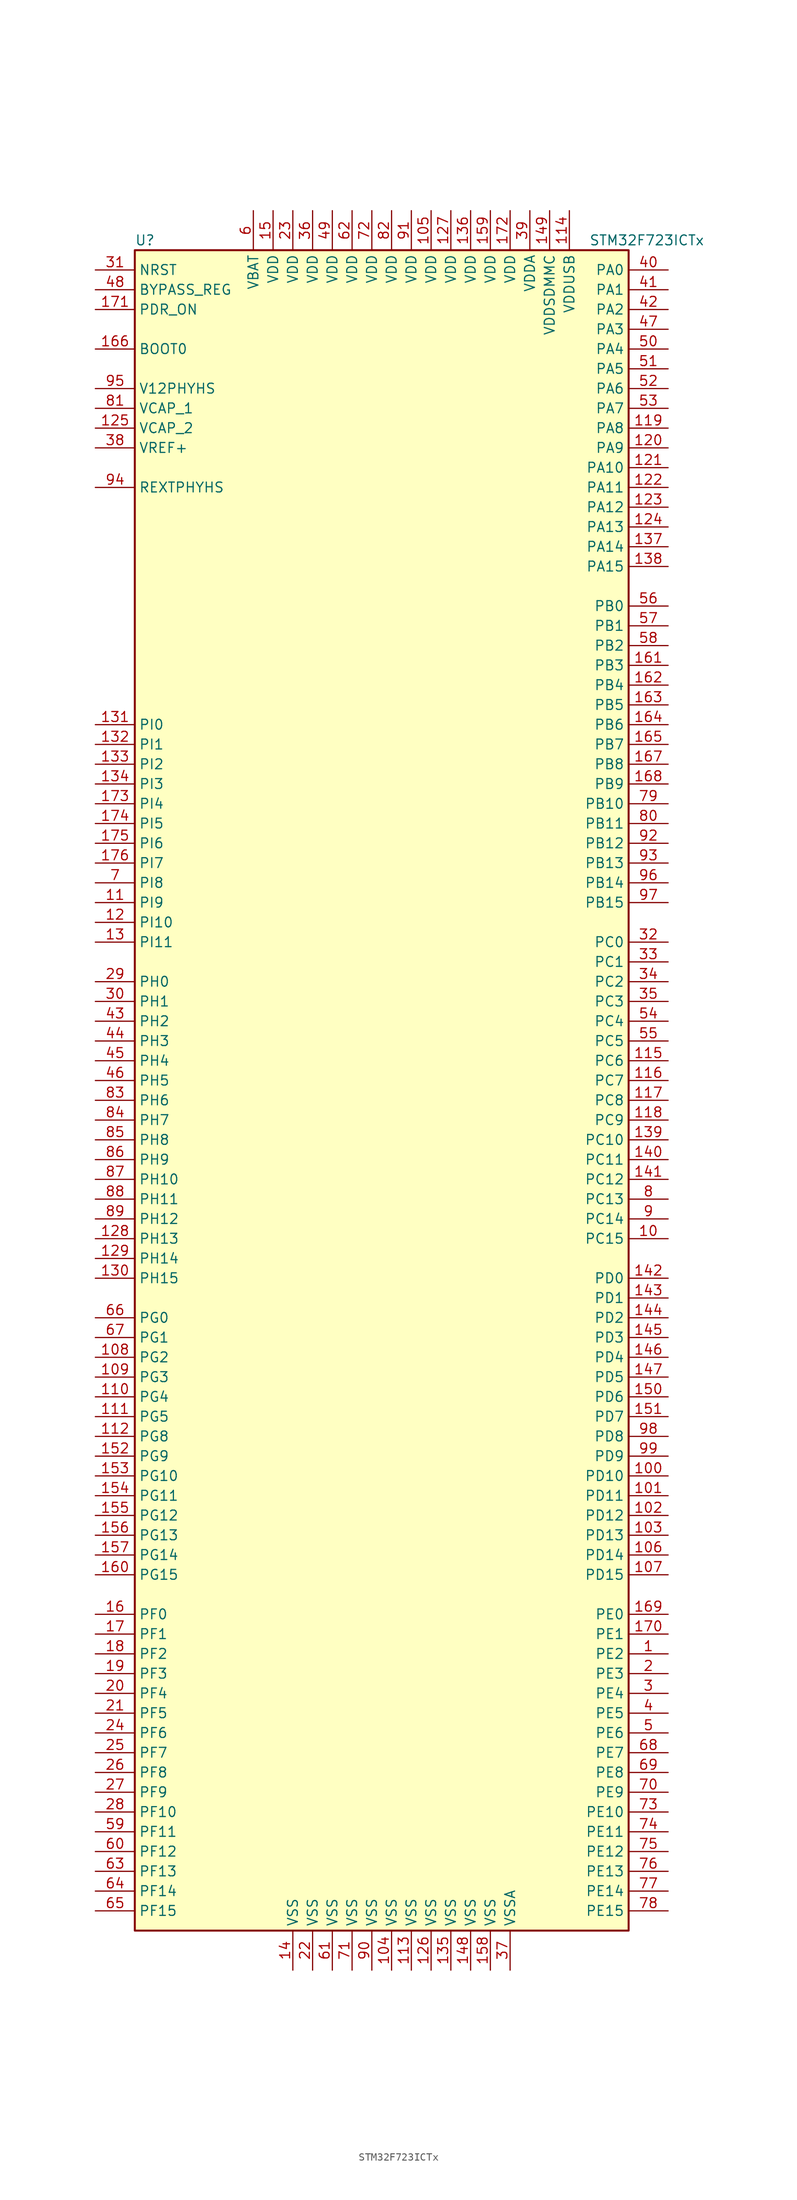
<source format=kicad_sym>
(kicad_symbol_lib
  (version 20201005)
  (generator kicad_symbol_editor)
  (symbol "STM32F723ICTx"
    (property "Reference" "U"
      (at -33.02 107.95 0)
      (effects (font (size 1.27 1.27)) (justify left)))
    (property "Value" "STM32F723ICTx"
      (at 25.4 107.95 0)
      (effects (font (size 1.27 1.27)) (justify left)))
    (symbol "STM32F723ICTx_0_1"
      (rectangle (start -33.02 -109.22) (end 30.48 106.68) (stroke (width 0.254)) (fill (type background))))
    (symbol "STM32F723ICTx_1_1"
      (pin bidirectional line (at 35.56 -73.66 180) (length 5.08) (name "PE2" (effects (font (size 1.27 1.27)))) (number "1" (effects (font (size 1.27 1.27)))))
      (pin bidirectional line (at 35.56 -20.32 180) (length 5.08) (name "PC15" (effects (font (size 1.27 1.27)))) (number "10" (effects (font (size 1.27 1.27)))))
      (pin bidirectional line (at 35.56 -50.8 180) (length 5.08) (name "PD10" (effects (font (size 1.27 1.27)))) (number "100" (effects (font (size 1.27 1.27)))))
      (pin bidirectional line (at 35.56 -53.34 180) (length 5.08) (name "PD11" (effects (font (size 1.27 1.27)))) (number "101" (effects (font (size 1.27 1.27)))))
      (pin bidirectional line (at 35.56 -55.88 180) (length 5.08) (name "PD12" (effects (font (size 1.27 1.27)))) (number "102" (effects (font (size 1.27 1.27)))))
      (pin bidirectional line (at 35.56 -58.42 180) (length 5.08) (name "PD13" (effects (font (size 1.27 1.27)))) (number "103" (effects (font (size 1.27 1.27)))))
      (pin power_in line (at 0 -114.3 90) (length 5.08) (name "VSS" (effects (font (size 1.27 1.27)))) (number "104" (effects (font (size 1.27 1.27)))))
      (pin power_in line (at 5.08 111.76 270) (length 5.08) (name "VDD" (effects (font (size 1.27 1.27)))) (number "105" (effects (font (size 1.27 1.27)))))
      (pin bidirectional line (at 35.56 -60.96 180) (length 5.08) (name "PD14" (effects (font (size 1.27 1.27)))) (number "106" (effects (font (size 1.27 1.27)))))
      (pin bidirectional line (at 35.56 -63.5 180) (length 5.08) (name "PD15" (effects (font (size 1.27 1.27)))) (number "107" (effects (font (size 1.27 1.27)))))
      (pin bidirectional line (at -38.1 -35.56 0) (length 5.08) (name "PG2" (effects (font (size 1.27 1.27)))) (number "108" (effects (font (size 1.27 1.27)))))
      (pin bidirectional line (at -38.1 -38.1 0) (length 5.08) (name "PG3" (effects (font (size 1.27 1.27)))) (number "109" (effects (font (size 1.27 1.27)))))
      (pin bidirectional line (at -38.1 22.86 0) (length 5.08) (name "PI9" (effects (font (size 1.27 1.27)))) (number "11" (effects (font (size 1.27 1.27)))))
      (pin bidirectional line (at -38.1 -40.64 0) (length 5.08) (name "PG4" (effects (font (size 1.27 1.27)))) (number "110" (effects (font (size 1.27 1.27)))))
      (pin bidirectional line (at -38.1 -43.18 0) (length 5.08) (name "PG5" (effects (font (size 1.27 1.27)))) (number "111" (effects (font (size 1.27 1.27)))))
      (pin bidirectional line (at -38.1 -45.72 0) (length 5.08) (name "PG8" (effects (font (size 1.27 1.27)))) (number "112" (effects (font (size 1.27 1.27)))))
      (pin power_in line (at 2.54 -114.3 90) (length 5.08) (name "VSS" (effects (font (size 1.27 1.27)))) (number "113" (effects (font (size 1.27 1.27)))))
      (pin power_in line (at 22.86 111.76 270) (length 5.08) (name "VDDUSB" (effects (font (size 1.27 1.27)))) (number "114" (effects (font (size 1.27 1.27)))))
      (pin bidirectional line (at 35.56 2.54 180) (length 5.08) (name "PC6" (effects (font (size 1.27 1.27)))) (number "115" (effects (font (size 1.27 1.27)))))
      (pin bidirectional line (at 35.56 0 180) (length 5.08) (name "PC7" (effects (font (size 1.27 1.27)))) (number "116" (effects (font (size 1.27 1.27)))))
      (pin bidirectional line (at 35.56 -2.54 180) (length 5.08) (name "PC8" (effects (font (size 1.27 1.27)))) (number "117" (effects (font (size 1.27 1.27)))))
      (pin bidirectional line (at 35.56 -5.08 180) (length 5.08) (name "PC9" (effects (font (size 1.27 1.27)))) (number "118" (effects (font (size 1.27 1.27)))))
      (pin bidirectional line (at 35.56 83.82 180) (length 5.08) (name "PA8" (effects (font (size 1.27 1.27)))) (number "119" (effects (font (size 1.27 1.27)))))
      (pin bidirectional line (at -38.1 20.32 0) (length 5.08) (name "PI10" (effects (font (size 1.27 1.27)))) (number "12" (effects (font (size 1.27 1.27)))))
      (pin bidirectional line (at 35.56 81.28 180) (length 5.08) (name "PA9" (effects (font (size 1.27 1.27)))) (number "120" (effects (font (size 1.27 1.27)))))
      (pin bidirectional line (at 35.56 78.74 180) (length 5.08) (name "PA10" (effects (font (size 1.27 1.27)))) (number "121" (effects (font (size 1.27 1.27)))))
      (pin bidirectional line (at 35.56 76.2 180) (length 5.08) (name "PA11" (effects (font (size 1.27 1.27)))) (number "122" (effects (font (size 1.27 1.27)))))
      (pin bidirectional line (at 35.56 73.66 180) (length 5.08) (name "PA12" (effects (font (size 1.27 1.27)))) (number "123" (effects (font (size 1.27 1.27)))))
      (pin bidirectional line (at 35.56 71.12 180) (length 5.08) (name "PA13" (effects (font (size 1.27 1.27)))) (number "124" (effects (font (size 1.27 1.27)))))
      (pin power_in line (at -38.1 83.82 0) (length 5.08) (name "VCAP_2" (effects (font (size 1.27 1.27)))) (number "125" (effects (font (size 1.27 1.27)))))
      (pin power_in line (at 5.08 -114.3 90) (length 5.08) (name "VSS" (effects (font (size 1.27 1.27)))) (number "126" (effects (font (size 1.27 1.27)))))
      (pin power_in line (at 7.62 111.76 270) (length 5.08) (name "VDD" (effects (font (size 1.27 1.27)))) (number "127" (effects (font (size 1.27 1.27)))))
      (pin bidirectional line (at -38.1 -20.32 0) (length 5.08) (name "PH13" (effects (font (size 1.27 1.27)))) (number "128" (effects (font (size 1.27 1.27)))))
      (pin bidirectional line (at -38.1 -22.86 0) (length 5.08) (name "PH14" (effects (font (size 1.27 1.27)))) (number "129" (effects (font (size 1.27 1.27)))))
      (pin bidirectional line (at -38.1 17.78 0) (length 5.08) (name "PI11" (effects (font (size 1.27 1.27)))) (number "13" (effects (font (size 1.27 1.27)))))
      (pin bidirectional line (at -38.1 -25.4 0) (length 5.08) (name "PH15" (effects (font (size 1.27 1.27)))) (number "130" (effects (font (size 1.27 1.27)))))
      (pin bidirectional line (at -38.1 45.72 0) (length 5.08) (name "PI0" (effects (font (size 1.27 1.27)))) (number "131" (effects (font (size 1.27 1.27)))))
      (pin bidirectional line (at -38.1 43.18 0) (length 5.08) (name "PI1" (effects (font (size 1.27 1.27)))) (number "132" (effects (font (size 1.27 1.27)))))
      (pin bidirectional line (at -38.1 40.64 0) (length 5.08) (name "PI2" (effects (font (size 1.27 1.27)))) (number "133" (effects (font (size 1.27 1.27)))))
      (pin bidirectional line (at -38.1 38.1 0) (length 5.08) (name "PI3" (effects (font (size 1.27 1.27)))) (number "134" (effects (font (size 1.27 1.27)))))
      (pin power_in line (at 7.62 -114.3 90) (length 5.08) (name "VSS" (effects (font (size 1.27 1.27)))) (number "135" (effects (font (size 1.27 1.27)))))
      (pin power_in line (at 10.16 111.76 270) (length 5.08) (name "VDD" (effects (font (size 1.27 1.27)))) (number "136" (effects (font (size 1.27 1.27)))))
      (pin bidirectional line (at 35.56 68.58 180) (length 5.08) (name "PA14" (effects (font (size 1.27 1.27)))) (number "137" (effects (font (size 1.27 1.27)))))
      (pin bidirectional line (at 35.56 66.04 180) (length 5.08) (name "PA15" (effects (font (size 1.27 1.27)))) (number "138" (effects (font (size 1.27 1.27)))))
      (pin bidirectional line (at 35.56 -7.62 180) (length 5.08) (name "PC10" (effects (font (size 1.27 1.27)))) (number "139" (effects (font (size 1.27 1.27)))))
      (pin power_in line (at -12.7 -114.3 90) (length 5.08) (name "VSS" (effects (font (size 1.27 1.27)))) (number "14" (effects (font (size 1.27 1.27)))))
      (pin bidirectional line (at 35.56 -10.16 180) (length 5.08) (name "PC11" (effects (font (size 1.27 1.27)))) (number "140" (effects (font (size 1.27 1.27)))))
      (pin bidirectional line (at 35.56 -12.7 180) (length 5.08) (name "PC12" (effects (font (size 1.27 1.27)))) (number "141" (effects (font (size 1.27 1.27)))))
      (pin bidirectional line (at 35.56 -25.4 180) (length 5.08) (name "PD0" (effects (font (size 1.27 1.27)))) (number "142" (effects (font (size 1.27 1.27)))))
      (pin bidirectional line (at 35.56 -27.94 180) (length 5.08) (name "PD1" (effects (font (size 1.27 1.27)))) (number "143" (effects (font (size 1.27 1.27)))))
      (pin bidirectional line (at 35.56 -30.48 180) (length 5.08) (name "PD2" (effects (font (size 1.27 1.27)))) (number "144" (effects (font (size 1.27 1.27)))))
      (pin bidirectional line (at 35.56 -33.02 180) (length 5.08) (name "PD3" (effects (font (size 1.27 1.27)))) (number "145" (effects (font (size 1.27 1.27)))))
      (pin bidirectional line (at 35.56 -35.56 180) (length 5.08) (name "PD4" (effects (font (size 1.27 1.27)))) (number "146" (effects (font (size 1.27 1.27)))))
      (pin bidirectional line (at 35.56 -38.1 180) (length 5.08) (name "PD5" (effects (font (size 1.27 1.27)))) (number "147" (effects (font (size 1.27 1.27)))))
      (pin power_in line (at 10.16 -114.3 90) (length 5.08) (name "VSS" (effects (font (size 1.27 1.27)))) (number "148" (effects (font (size 1.27 1.27)))))
      (pin power_in line (at 20.32 111.76 270) (length 5.08) (name "VDDSDMMC" (effects (font (size 1.27 1.27)))) (number "149" (effects (font (size 1.27 1.27)))))
      (pin power_in line (at -15.24 111.76 270) (length 5.08) (name "VDD" (effects (font (size 1.27 1.27)))) (number "15" (effects (font (size 1.27 1.27)))))
      (pin bidirectional line (at 35.56 -40.64 180) (length 5.08) (name "PD6" (effects (font (size 1.27 1.27)))) (number "150" (effects (font (size 1.27 1.27)))))
      (pin bidirectional line (at 35.56 -43.18 180) (length 5.08) (name "PD7" (effects (font (size 1.27 1.27)))) (number "151" (effects (font (size 1.27 1.27)))))
      (pin bidirectional line (at -38.1 -48.26 0) (length 5.08) (name "PG9" (effects (font (size 1.27 1.27)))) (number "152" (effects (font (size 1.27 1.27)))))
      (pin bidirectional line (at -38.1 -50.8 0) (length 5.08) (name "PG10" (effects (font (size 1.27 1.27)))) (number "153" (effects (font (size 1.27 1.27)))))
      (pin bidirectional line (at -38.1 -53.34 0) (length 5.08) (name "PG11" (effects (font (size 1.27 1.27)))) (number "154" (effects (font (size 1.27 1.27)))))
      (pin bidirectional line (at -38.1 -55.88 0) (length 5.08) (name "PG12" (effects (font (size 1.27 1.27)))) (number "155" (effects (font (size 1.27 1.27)))))
      (pin bidirectional line (at -38.1 -58.42 0) (length 5.08) (name "PG13" (effects (font (size 1.27 1.27)))) (number "156" (effects (font (size 1.27 1.27)))))
      (pin bidirectional line (at -38.1 -60.96 0) (length 5.08) (name "PG14" (effects (font (size 1.27 1.27)))) (number "157" (effects (font (size 1.27 1.27)))))
      (pin power_in line (at 12.7 -114.3 90) (length 5.08) (name "VSS" (effects (font (size 1.27 1.27)))) (number "158" (effects (font (size 1.27 1.27)))))
      (pin power_in line (at 12.7 111.76 270) (length 5.08) (name "VDD" (effects (font (size 1.27 1.27)))) (number "159" (effects (font (size 1.27 1.27)))))
      (pin bidirectional line (at -38.1 -68.58 0) (length 5.08) (name "PF0" (effects (font (size 1.27 1.27)))) (number "16" (effects (font (size 1.27 1.27)))))
      (pin bidirectional line (at -38.1 -63.5 0) (length 5.08) (name "PG15" (effects (font (size 1.27 1.27)))) (number "160" (effects (font (size 1.27 1.27)))))
      (pin bidirectional line (at 35.56 53.34 180) (length 5.08) (name "PB3" (effects (font (size 1.27 1.27)))) (number "161" (effects (font (size 1.27 1.27)))))
      (pin bidirectional line (at 35.56 50.8 180) (length 5.08) (name "PB4" (effects (font (size 1.27 1.27)))) (number "162" (effects (font (size 1.27 1.27)))))
      (pin bidirectional line (at 35.56 48.26 180) (length 5.08) (name "PB5" (effects (font (size 1.27 1.27)))) (number "163" (effects (font (size 1.27 1.27)))))
      (pin bidirectional line (at 35.56 45.72 180) (length 5.08) (name "PB6" (effects (font (size 1.27 1.27)))) (number "164" (effects (font (size 1.27 1.27)))))
      (pin bidirectional line (at 35.56 43.18 180) (length 5.08) (name "PB7" (effects (font (size 1.27 1.27)))) (number "165" (effects (font (size 1.27 1.27)))))
      (pin input line (at -38.1 93.98 0) (length 5.08) (name "BOOT0" (effects (font (size 1.27 1.27)))) (number "166" (effects (font (size 1.27 1.27)))))
      (pin bidirectional line (at 35.56 40.64 180) (length 5.08) (name "PB8" (effects (font (size 1.27 1.27)))) (number "167" (effects (font (size 1.27 1.27)))))
      (pin bidirectional line (at 35.56 38.1 180) (length 5.08) (name "PB9" (effects (font (size 1.27 1.27)))) (number "168" (effects (font (size 1.27 1.27)))))
      (pin bidirectional line (at 35.56 -68.58 180) (length 5.08) (name "PE0" (effects (font (size 1.27 1.27)))) (number "169" (effects (font (size 1.27 1.27)))))
      (pin bidirectional line (at -38.1 -71.12 0) (length 5.08) (name "PF1" (effects (font (size 1.27 1.27)))) (number "17" (effects (font (size 1.27 1.27)))))
      (pin bidirectional line (at 35.56 -71.12 180) (length 5.08) (name "PE1" (effects (font (size 1.27 1.27)))) (number "170" (effects (font (size 1.27 1.27)))))
      (pin input line (at -38.1 99.06 0) (length 5.08) (name "PDR_ON" (effects (font (size 1.27 1.27)))) (number "171" (effects (font (size 1.27 1.27)))))
      (pin power_in line (at 15.24 111.76 270) (length 5.08) (name "VDD" (effects (font (size 1.27 1.27)))) (number "172" (effects (font (size 1.27 1.27)))))
      (pin bidirectional line (at -38.1 35.56 0) (length 5.08) (name "PI4" (effects (font (size 1.27 1.27)))) (number "173" (effects (font (size 1.27 1.27)))))
      (pin bidirectional line (at -38.1 33.02 0) (length 5.08) (name "PI5" (effects (font (size 1.27 1.27)))) (number "174" (effects (font (size 1.27 1.27)))))
      (pin bidirectional line (at -38.1 30.48 0) (length 5.08) (name "PI6" (effects (font (size 1.27 1.27)))) (number "175" (effects (font (size 1.27 1.27)))))
      (pin bidirectional line (at -38.1 27.94 0) (length 5.08) (name "PI7" (effects (font (size 1.27 1.27)))) (number "176" (effects (font (size 1.27 1.27)))))
      (pin bidirectional line (at -38.1 -73.66 0) (length 5.08) (name "PF2" (effects (font (size 1.27 1.27)))) (number "18" (effects (font (size 1.27 1.27)))))
      (pin bidirectional line (at -38.1 -76.2 0) (length 5.08) (name "PF3" (effects (font (size 1.27 1.27)))) (number "19" (effects (font (size 1.27 1.27)))))
      (pin bidirectional line (at 35.56 -76.2 180) (length 5.08) (name "PE3" (effects (font (size 1.27 1.27)))) (number "2" (effects (font (size 1.27 1.27)))))
      (pin bidirectional line (at -38.1 -78.74 0) (length 5.08) (name "PF4" (effects (font (size 1.27 1.27)))) (number "20" (effects (font (size 1.27 1.27)))))
      (pin bidirectional line (at -38.1 -81.28 0) (length 5.08) (name "PF5" (effects (font (size 1.27 1.27)))) (number "21" (effects (font (size 1.27 1.27)))))
      (pin power_in line (at -10.16 -114.3 90) (length 5.08) (name "VSS" (effects (font (size 1.27 1.27)))) (number "22" (effects (font (size 1.27 1.27)))))
      (pin power_in line (at -12.7 111.76 270) (length 5.08) (name "VDD" (effects (font (size 1.27 1.27)))) (number "23" (effects (font (size 1.27 1.27)))))
      (pin bidirectional line (at -38.1 -83.82 0) (length 5.08) (name "PF6" (effects (font (size 1.27 1.27)))) (number "24" (effects (font (size 1.27 1.27)))))
      (pin bidirectional line (at -38.1 -86.36 0) (length 5.08) (name "PF7" (effects (font (size 1.27 1.27)))) (number "25" (effects (font (size 1.27 1.27)))))
      (pin bidirectional line (at -38.1 -88.9 0) (length 5.08) (name "PF8" (effects (font (size 1.27 1.27)))) (number "26" (effects (font (size 1.27 1.27)))))
      (pin bidirectional line (at -38.1 -91.44 0) (length 5.08) (name "PF9" (effects (font (size 1.27 1.27)))) (number "27" (effects (font (size 1.27 1.27)))))
      (pin bidirectional line (at -38.1 -93.98 0) (length 5.08) (name "PF10" (effects (font (size 1.27 1.27)))) (number "28" (effects (font (size 1.27 1.27)))))
      (pin input line (at -38.1 12.7 0) (length 5.08) (name "PH0" (effects (font (size 1.27 1.27)))) (number "29" (effects (font (size 1.27 1.27)))))
      (pin bidirectional line (at 35.56 -78.74 180) (length 5.08) (name "PE4" (effects (font (size 1.27 1.27)))) (number "3" (effects (font (size 1.27 1.27)))))
      (pin input line (at -38.1 10.16 0) (length 5.08) (name "PH1" (effects (font (size 1.27 1.27)))) (number "30" (effects (font (size 1.27 1.27)))))
      (pin input line (at -38.1 104.14 0) (length 5.08) (name "NRST" (effects (font (size 1.27 1.27)))) (number "31" (effects (font (size 1.27 1.27)))))
      (pin bidirectional line (at 35.56 17.78 180) (length 5.08) (name "PC0" (effects (font (size 1.27 1.27)))) (number "32" (effects (font (size 1.27 1.27)))))
      (pin bidirectional line (at 35.56 15.24 180) (length 5.08) (name "PC1" (effects (font (size 1.27 1.27)))) (number "33" (effects (font (size 1.27 1.27)))))
      (pin bidirectional line (at 35.56 12.7 180) (length 5.08) (name "PC2" (effects (font (size 1.27 1.27)))) (number "34" (effects (font (size 1.27 1.27)))))
      (pin bidirectional line (at 35.56 10.16 180) (length 5.08) (name "PC3" (effects (font (size 1.27 1.27)))) (number "35" (effects (font (size 1.27 1.27)))))
      (pin power_in line (at -10.16 111.76 270) (length 5.08) (name "VDD" (effects (font (size 1.27 1.27)))) (number "36" (effects (font (size 1.27 1.27)))))
      (pin power_in line (at 15.24 -114.3 90) (length 5.08) (name "VSSA" (effects (font (size 1.27 1.27)))) (number "37" (effects (font (size 1.27 1.27)))))
      (pin power_in line (at -38.1 81.28 0) (length 5.08) (name "VREF+" (effects (font (size 1.27 1.27)))) (number "38" (effects (font (size 1.27 1.27)))))
      (pin power_in line (at 17.78 111.76 270) (length 5.08) (name "VDDA" (effects (font (size 1.27 1.27)))) (number "39" (effects (font (size 1.27 1.27)))))
      (pin bidirectional line (at 35.56 -81.28 180) (length 5.08) (name "PE5" (effects (font (size 1.27 1.27)))) (number "4" (effects (font (size 1.27 1.27)))))
      (pin bidirectional line (at 35.56 104.14 180) (length 5.08) (name "PA0" (effects (font (size 1.27 1.27)))) (number "40" (effects (font (size 1.27 1.27)))))
      (pin bidirectional line (at 35.56 101.6 180) (length 5.08) (name "PA1" (effects (font (size 1.27 1.27)))) (number "41" (effects (font (size 1.27 1.27)))))
      (pin bidirectional line (at 35.56 99.06 180) (length 5.08) (name "PA2" (effects (font (size 1.27 1.27)))) (number "42" (effects (font (size 1.27 1.27)))))
      (pin bidirectional line (at -38.1 7.62 0) (length 5.08) (name "PH2" (effects (font (size 1.27 1.27)))) (number "43" (effects (font (size 1.27 1.27)))))
      (pin bidirectional line (at -38.1 5.08 0) (length 5.08) (name "PH3" (effects (font (size 1.27 1.27)))) (number "44" (effects (font (size 1.27 1.27)))))
      (pin bidirectional line (at -38.1 2.54 0) (length 5.08) (name "PH4" (effects (font (size 1.27 1.27)))) (number "45" (effects (font (size 1.27 1.27)))))
      (pin bidirectional line (at -38.1 0 0) (length 5.08) (name "PH5" (effects (font (size 1.27 1.27)))) (number "46" (effects (font (size 1.27 1.27)))))
      (pin bidirectional line (at 35.56 96.52 180) (length 5.08) (name "PA3" (effects (font (size 1.27 1.27)))) (number "47" (effects (font (size 1.27 1.27)))))
      (pin input line (at -38.1 101.6 0) (length 5.08) (name "BYPASS_REG" (effects (font (size 1.27 1.27)))) (number "48" (effects (font (size 1.27 1.27)))))
      (pin power_in line (at -7.62 111.76 270) (length 5.08) (name "VDD" (effects (font (size 1.27 1.27)))) (number "49" (effects (font (size 1.27 1.27)))))
      (pin bidirectional line (at 35.56 -83.82 180) (length 5.08) (name "PE6" (effects (font (size 1.27 1.27)))) (number "5" (effects (font (size 1.27 1.27)))))
      (pin bidirectional line (at 35.56 93.98 180) (length 5.08) (name "PA4" (effects (font (size 1.27 1.27)))) (number "50" (effects (font (size 1.27 1.27)))))
      (pin bidirectional line (at 35.56 91.44 180) (length 5.08) (name "PA5" (effects (font (size 1.27 1.27)))) (number "51" (effects (font (size 1.27 1.27)))))
      (pin bidirectional line (at 35.56 88.9 180) (length 5.08) (name "PA6" (effects (font (size 1.27 1.27)))) (number "52" (effects (font (size 1.27 1.27)))))
      (pin bidirectional line (at 35.56 86.36 180) (length 5.08) (name "PA7" (effects (font (size 1.27 1.27)))) (number "53" (effects (font (size 1.27 1.27)))))
      (pin bidirectional line (at 35.56 7.62 180) (length 5.08) (name "PC4" (effects (font (size 1.27 1.27)))) (number "54" (effects (font (size 1.27 1.27)))))
      (pin bidirectional line (at 35.56 5.08 180) (length 5.08) (name "PC5" (effects (font (size 1.27 1.27)))) (number "55" (effects (font (size 1.27 1.27)))))
      (pin bidirectional line (at 35.56 60.96 180) (length 5.08) (name "PB0" (effects (font (size 1.27 1.27)))) (number "56" (effects (font (size 1.27 1.27)))))
      (pin bidirectional line (at 35.56 58.42 180) (length 5.08) (name "PB1" (effects (font (size 1.27 1.27)))) (number "57" (effects (font (size 1.27 1.27)))))
      (pin bidirectional line (at 35.56 55.88 180) (length 5.08) (name "PB2" (effects (font (size 1.27 1.27)))) (number "58" (effects (font (size 1.27 1.27)))))
      (pin bidirectional line (at -38.1 -96.52 0) (length 5.08) (name "PF11" (effects (font (size 1.27 1.27)))) (number "59" (effects (font (size 1.27 1.27)))))
      (pin power_in line (at -17.78 111.76 270) (length 5.08) (name "VBAT" (effects (font (size 1.27 1.27)))) (number "6" (effects (font (size 1.27 1.27)))))
      (pin bidirectional line (at -38.1 -99.06 0) (length 5.08) (name "PF12" (effects (font (size 1.27 1.27)))) (number "60" (effects (font (size 1.27 1.27)))))
      (pin power_in line (at -7.62 -114.3 90) (length 5.08) (name "VSS" (effects (font (size 1.27 1.27)))) (number "61" (effects (font (size 1.27 1.27)))))
      (pin power_in line (at -5.08 111.76 270) (length 5.08) (name "VDD" (effects (font (size 1.27 1.27)))) (number "62" (effects (font (size 1.27 1.27)))))
      (pin bidirectional line (at -38.1 -101.6 0) (length 5.08) (name "PF13" (effects (font (size 1.27 1.27)))) (number "63" (effects (font (size 1.27 1.27)))))
      (pin bidirectional line (at -38.1 -104.14 0) (length 5.08) (name "PF14" (effects (font (size 1.27 1.27)))) (number "64" (effects (font (size 1.27 1.27)))))
      (pin bidirectional line (at -38.1 -106.68 0) (length 5.08) (name "PF15" (effects (font (size 1.27 1.27)))) (number "65" (effects (font (size 1.27 1.27)))))
      (pin bidirectional line (at -38.1 -30.48 0) (length 5.08) (name "PG0" (effects (font (size 1.27 1.27)))) (number "66" (effects (font (size 1.27 1.27)))))
      (pin bidirectional line (at -38.1 -33.02 0) (length 5.08) (name "PG1" (effects (font (size 1.27 1.27)))) (number "67" (effects (font (size 1.27 1.27)))))
      (pin bidirectional line (at 35.56 -86.36 180) (length 5.08) (name "PE7" (effects (font (size 1.27 1.27)))) (number "68" (effects (font (size 1.27 1.27)))))
      (pin bidirectional line (at 35.56 -88.9 180) (length 5.08) (name "PE8" (effects (font (size 1.27 1.27)))) (number "69" (effects (font (size 1.27 1.27)))))
      (pin bidirectional line (at -38.1 25.4 0) (length 5.08) (name "PI8" (effects (font (size 1.27 1.27)))) (number "7" (effects (font (size 1.27 1.27)))))
      (pin bidirectional line (at 35.56 -91.44 180) (length 5.08) (name "PE9" (effects (font (size 1.27 1.27)))) (number "70" (effects (font (size 1.27 1.27)))))
      (pin power_in line (at -5.08 -114.3 90) (length 5.08) (name "VSS" (effects (font (size 1.27 1.27)))) (number "71" (effects (font (size 1.27 1.27)))))
      (pin power_in line (at -2.54 111.76 270) (length 5.08) (name "VDD" (effects (font (size 1.27 1.27)))) (number "72" (effects (font (size 1.27 1.27)))))
      (pin bidirectional line (at 35.56 -93.98 180) (length 5.08) (name "PE10" (effects (font (size 1.27 1.27)))) (number "73" (effects (font (size 1.27 1.27)))))
      (pin bidirectional line (at 35.56 -96.52 180) (length 5.08) (name "PE11" (effects (font (size 1.27 1.27)))) (number "74" (effects (font (size 1.27 1.27)))))
      (pin bidirectional line (at 35.56 -99.06 180) (length 5.08) (name "PE12" (effects (font (size 1.27 1.27)))) (number "75" (effects (font (size 1.27 1.27)))))
      (pin bidirectional line (at 35.56 -101.6 180) (length 5.08) (name "PE13" (effects (font (size 1.27 1.27)))) (number "76" (effects (font (size 1.27 1.27)))))
      (pin bidirectional line (at 35.56 -104.14 180) (length 5.08) (name "PE14" (effects (font (size 1.27 1.27)))) (number "77" (effects (font (size 1.27 1.27)))))
      (pin bidirectional line (at 35.56 -106.68 180) (length 5.08) (name "PE15" (effects (font (size 1.27 1.27)))) (number "78" (effects (font (size 1.27 1.27)))))
      (pin bidirectional line (at 35.56 35.56 180) (length 5.08) (name "PB10" (effects (font (size 1.27 1.27)))) (number "79" (effects (font (size 1.27 1.27)))))
      (pin bidirectional line (at 35.56 -15.24 180) (length 5.08) (name "PC13" (effects (font (size 1.27 1.27)))) (number "8" (effects (font (size 1.27 1.27)))))
      (pin bidirectional line (at 35.56 33.02 180) (length 5.08) (name "PB11" (effects (font (size 1.27 1.27)))) (number "80" (effects (font (size 1.27 1.27)))))
      (pin power_in line (at -38.1 86.36 0) (length 5.08) (name "VCAP_1" (effects (font (size 1.27 1.27)))) (number "81" (effects (font (size 1.27 1.27)))))
      (pin power_in line (at 0 111.76 270) (length 5.08) (name "VDD" (effects (font (size 1.27 1.27)))) (number "82" (effects (font (size 1.27 1.27)))))
      (pin bidirectional line (at -38.1 -2.54 0) (length 5.08) (name "PH6" (effects (font (size 1.27 1.27)))) (number "83" (effects (font (size 1.27 1.27)))))
      (pin bidirectional line (at -38.1 -5.08 0) (length 5.08) (name "PH7" (effects (font (size 1.27 1.27)))) (number "84" (effects (font (size 1.27 1.27)))))
      (pin bidirectional line (at -38.1 -7.62 0) (length 5.08) (name "PH8" (effects (font (size 1.27 1.27)))) (number "85" (effects (font (size 1.27 1.27)))))
      (pin bidirectional line (at -38.1 -10.16 0) (length 5.08) (name "PH9" (effects (font (size 1.27 1.27)))) (number "86" (effects (font (size 1.27 1.27)))))
      (pin bidirectional line (at -38.1 -12.7 0) (length 5.08) (name "PH10" (effects (font (size 1.27 1.27)))) (number "87" (effects (font (size 1.27 1.27)))))
      (pin bidirectional line (at -38.1 -15.24 0) (length 5.08) (name "PH11" (effects (font (size 1.27 1.27)))) (number "88" (effects (font (size 1.27 1.27)))))
      (pin bidirectional line (at -38.1 -17.78 0) (length 5.08) (name "PH12" (effects (font (size 1.27 1.27)))) (number "89" (effects (font (size 1.27 1.27)))))
      (pin bidirectional line (at 35.56 -17.78 180) (length 5.08) (name "PC14" (effects (font (size 1.27 1.27)))) (number "9" (effects (font (size 1.27 1.27)))))
      (pin power_in line (at -2.54 -114.3 90) (length 5.08) (name "VSS" (effects (font (size 1.27 1.27)))) (number "90" (effects (font (size 1.27 1.27)))))
      (pin power_in line (at 2.54 111.76 270) (length 5.08) (name "VDD" (effects (font (size 1.27 1.27)))) (number "91" (effects (font (size 1.27 1.27)))))
      (pin bidirectional line (at 35.56 30.48 180) (length 5.08) (name "PB12" (effects (font (size 1.27 1.27)))) (number "92" (effects (font (size 1.27 1.27)))))
      (pin bidirectional line (at 35.56 27.94 180) (length 5.08) (name "PB13" (effects (font (size 1.27 1.27)))) (number "93" (effects (font (size 1.27 1.27)))))
      (pin bidirectional line (at -38.1 76.2 0) (length 5.08) (name "REXTPHYHS" (effects (font (size 1.27 1.27)))) (number "94" (effects (font (size 1.27 1.27)))))
      (pin power_in line (at -38.1 88.9 0) (length 5.08) (name "V12PHYHS" (effects (font (size 1.27 1.27)))) (number "95" (effects (font (size 1.27 1.27)))))
      (pin bidirectional line (at 35.56 25.4 180) (length 5.08) (name "PB14" (effects (font (size 1.27 1.27)))) (number "96" (effects (font (size 1.27 1.27)))))
      (pin bidirectional line (at 35.56 22.86 180) (length 5.08) (name "PB15" (effects (font (size 1.27 1.27)))) (number "97" (effects (font (size 1.27 1.27)))))
      (pin bidirectional line (at 35.56 -45.72 180) (length 5.08) (name "PD8" (effects (font (size 1.27 1.27)))) (number "98" (effects (font (size 1.27 1.27)))))
      (pin bidirectional line (at 35.56 -48.26 180) (length 5.08) (name "PD9" (effects (font (size 1.27 1.27)))) (number "99" (effects (font (size 1.27 1.27))))))))
</source>
